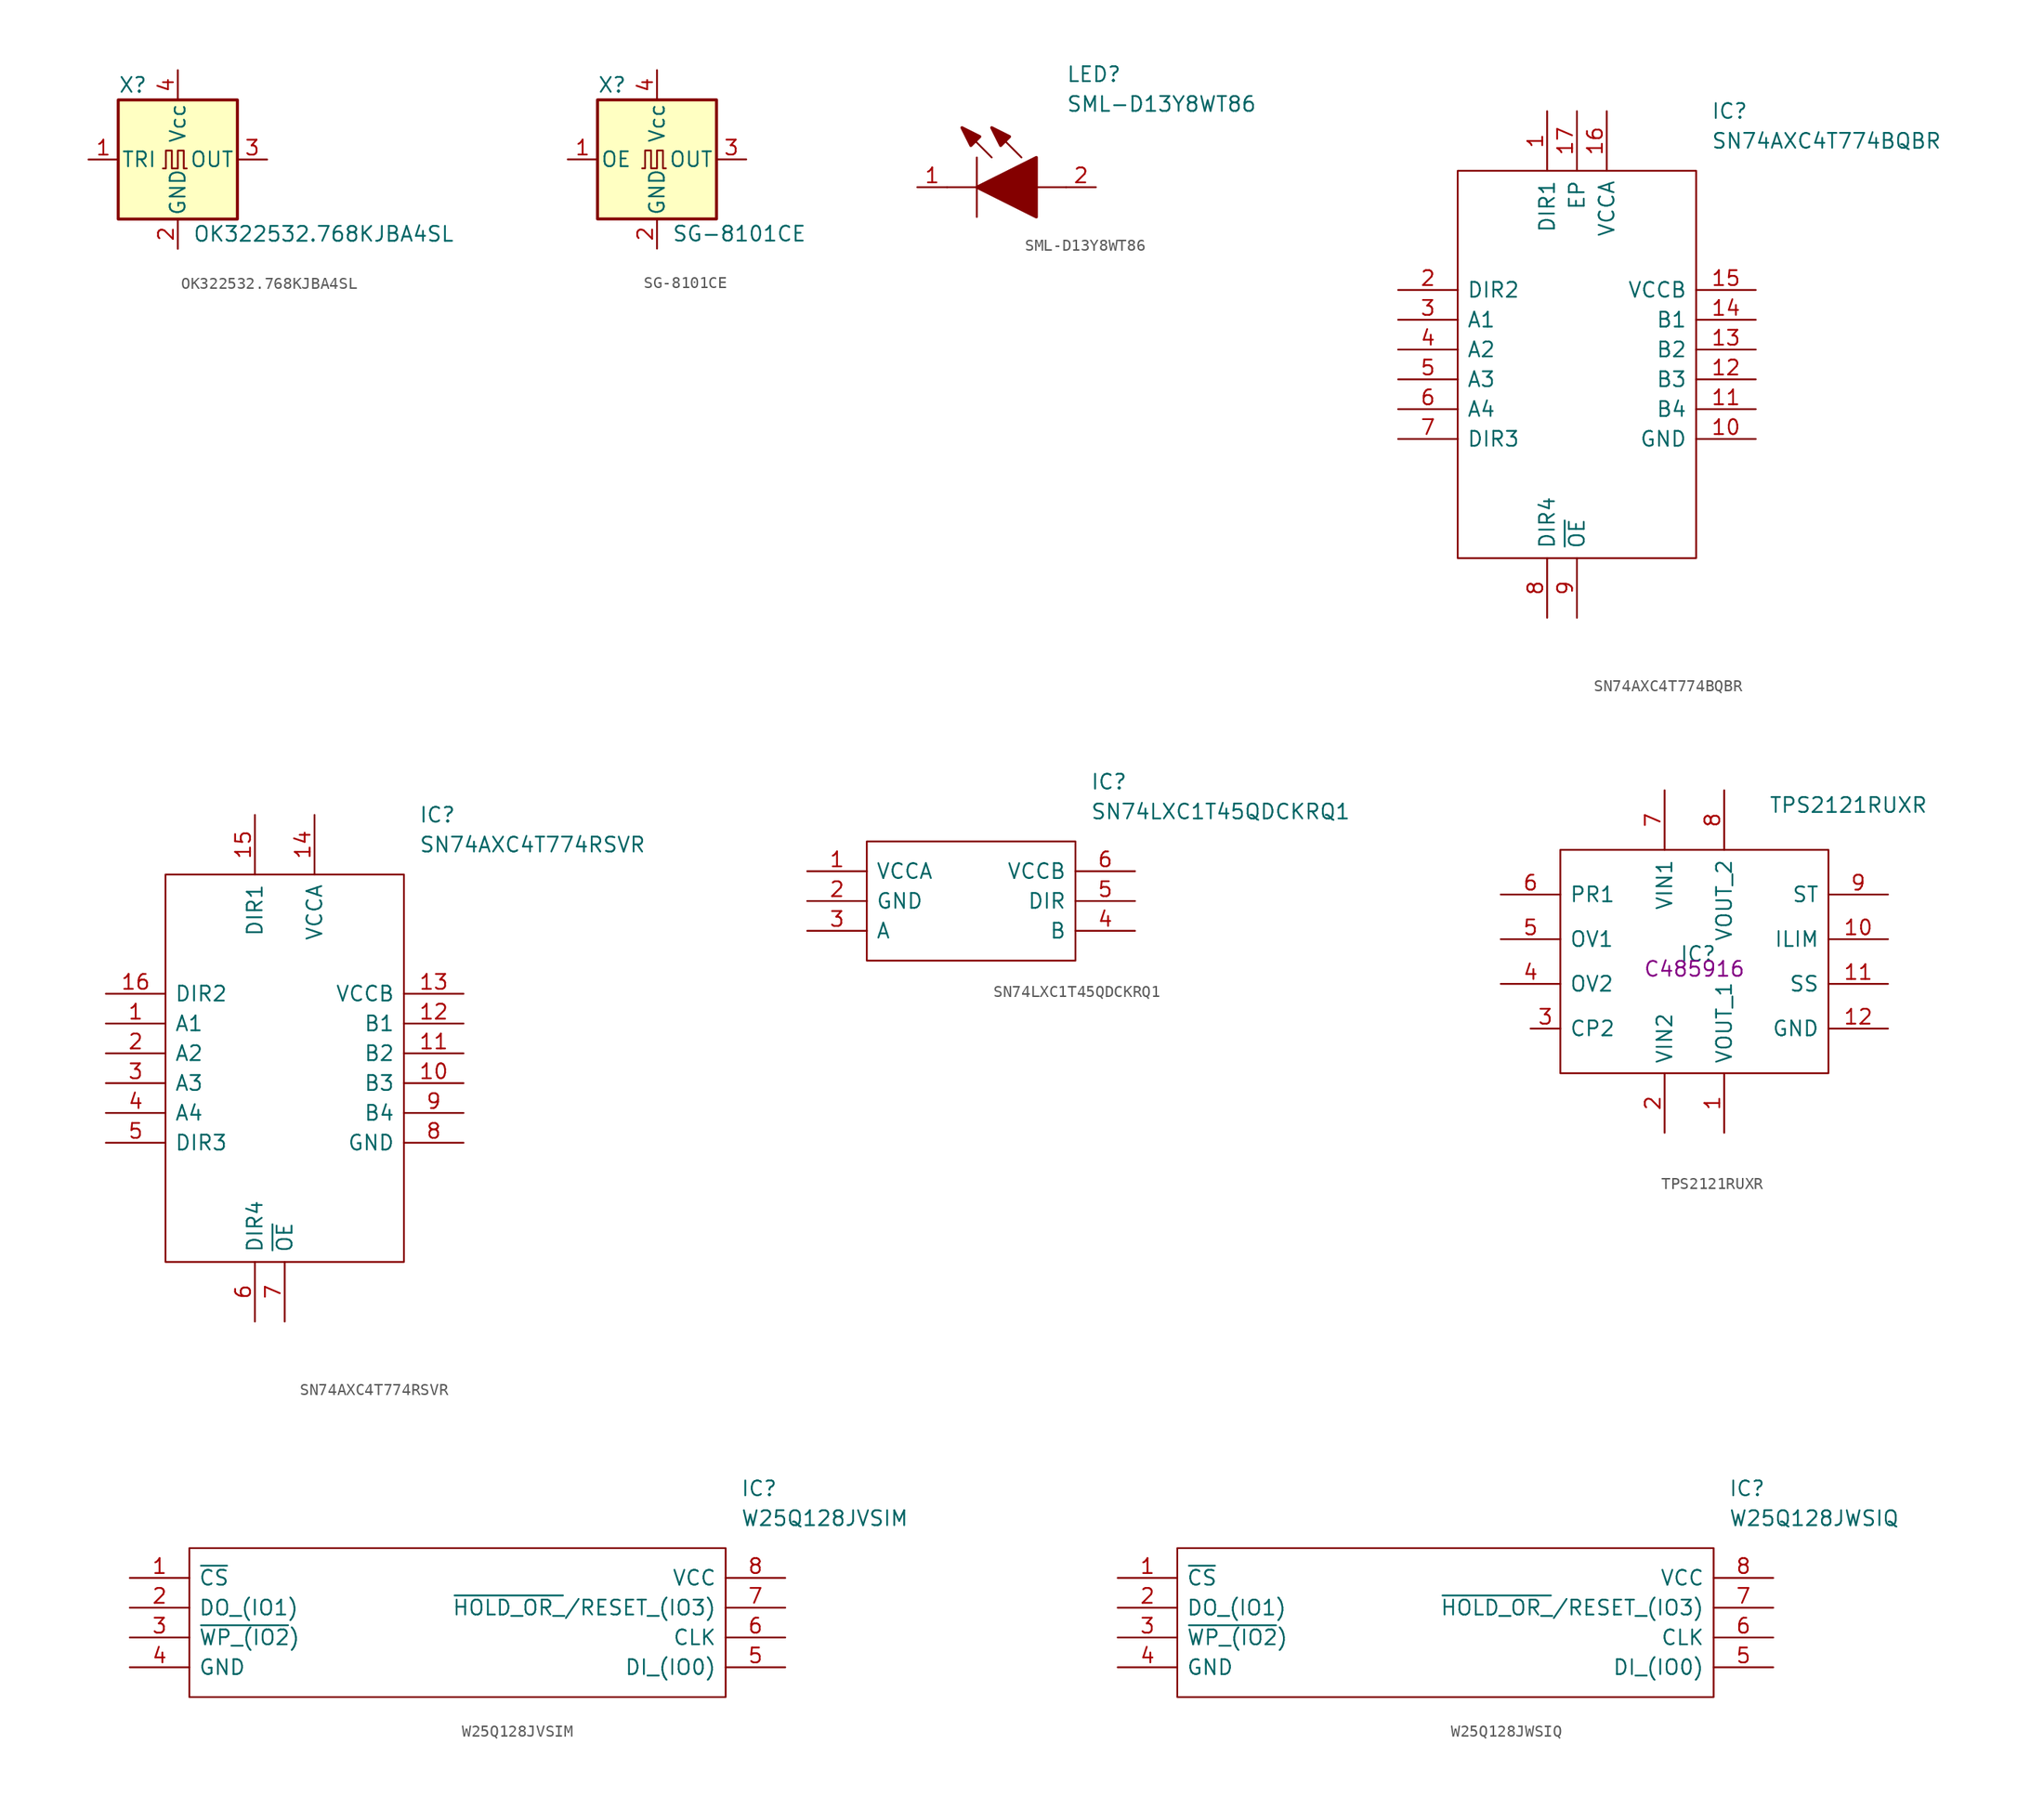
<source format=kicad_sym>
(kicad_symbol_lib
  (version 20220914)
  (generator kicad_symbol_editor)
  (symbol "OK322532.768KJBA4SL"
    (pin_names
      (offset 0.254))
    (property "Reference" "X"
      (at -5.08 6.35 0)
      (effects (font (size 1.27 1.27)) (justify left)))
    (property "Value" "OK322532.768KJBA4SL"
      (at 1.27 -6.35 0)
      (effects (font (size 1.27 1.27)) (justify left)))
    (symbol "OK322532.768KJBA4SL_0_1"
      (rectangle (start -5.08 5.08) (end 5.08 -5.08) (stroke (width 0.254) (type default)) (fill (type background)))
      (polyline (pts (xy -1.27 -0.762) (xy -1.016 -0.762) (xy -1.016 0.762) (xy -0.508 0.762) (xy -0.508 -0.762) (xy 0 -0.762) (xy 0 0.762) (xy 0.508 0.762) (xy 0.508 -0.762) (xy 0.762 -0.762)) (stroke (width 0) (type default)) (fill (type none))))
    (symbol "OK322532.768KJBA4SL_1_1"
      (pin input line (at -7.62 0 0) (length 2.54) (name "TRI" (effects (font (size 1.27 1.27)))) (number "1" (effects (font (size 1.27 1.27)))))
      (pin power_in line (at 0 -7.62 90) (length 2.54) (name "GND" (effects (font (size 1.27 1.27)))) (number "2" (effects (font (size 1.27 1.27)))))
      (pin output line (at 7.62 0 180) (length 2.54) (name "OUT" (effects (font (size 1.27 1.27)))) (number "3" (effects (font (size 1.27 1.27)))))
      (pin power_in line (at 0 7.62 270) (length 2.54) (name "Vcc" (effects (font (size 1.27 1.27)))) (number "4" (effects (font (size 1.27 1.27)))))))
  (symbol "SG-8101CE"
    (pin_names
      (offset 0.254))
    (property "Reference" "X"
      (at -5.08 6.35 0)
      (effects (font (size 1.27 1.27)) (justify left)))
    (property "Value" "SG-8101CE"
      (at 1.27 -6.35 0)
      (effects (font (size 1.27 1.27)) (justify left)))
    (symbol "SG-8101CE_0_1"
      (rectangle (start -5.08 5.08) (end 5.08 -5.08) (stroke (width 0.254) (type default)) (fill (type background)))
      (polyline (pts (xy -1.27 -0.762) (xy -1.016 -0.762) (xy -1.016 0.762) (xy -0.508 0.762) (xy -0.508 -0.762) (xy 0 -0.762) (xy 0 0.762) (xy 0.508 0.762) (xy 0.508 -0.762) (xy 0.762 -0.762)) (stroke (width 0) (type default)) (fill (type none))))
    (symbol "SG-8101CE_1_1"
      (pin input line (at -7.62 0 0) (length 2.54) (name "OE" (effects (font (size 1.27 1.27)))) (number "1" (effects (font (size 1.27 1.27)))))
      (pin power_in line (at 0 -7.62 90) (length 2.54) (name "GND" (effects (font (size 1.27 1.27)))) (number "2" (effects (font (size 1.27 1.27)))))
      (pin output line (at 7.62 0 180) (length 2.54) (name "OUT" (effects (font (size 1.27 1.27)))) (number "3" (effects (font (size 1.27 1.27)))))
      (pin power_in line (at 0 7.62 270) (length 2.54) (name "Vcc" (effects (font (size 1.27 1.27)))) (number "4" (effects (font (size 1.27 1.27)))))))
  (symbol "SML-D13Y8WT86"
    (pin_names
      (offset 0.762))
    (property "Reference" "LED"
      (at 12.7 8.89 0)
      (effects (font (size 1.27 1.27)) (justify left bottom)))
    (property "Value" "SML-D13Y8WT86"
      (at 12.7 6.35 0)
      (effects (font (size 1.27 1.27)) (justify left bottom)))
    (symbol "SML-D13Y8WT86_0_0"
      (pin passive line (at 0 0 0) (length 2.54) (name "~" (effects (font (size 1.27 1.27)))) (number "1" (effects (font (size 1.27 1.27)))))
      (pin passive line (at 15.24 0 180) (length 2.54) (name "~" (effects (font (size 1.27 1.27)))) (number "2" (effects (font (size 1.27 1.27))))))
    (symbol "SML-D13Y8WT86_0_1"
      (polyline (pts (xy 2.54 0) (xy 5.08 0)) (stroke (width 0.152) (type solid)) (fill (type none)))
      (polyline (pts (xy 5.08 2.54) (xy 5.08 -2.54)) (stroke (width 0.152) (type solid)) (fill (type none)))
      (polyline (pts (xy 6.35 2.54) (xy 3.81 5.08)) (stroke (width 0.152) (type solid)) (fill (type none)))
      (polyline (pts (xy 8.89 2.54) (xy 6.35 5.08)) (stroke (width 0.152) (type solid)) (fill (type none)))
      (polyline (pts (xy 10.16 0) (xy 12.7 0)) (stroke (width 0.152) (type solid)) (fill (type none)))
      (polyline (pts (xy 5.08 0) (xy 10.16 2.54) (xy 10.16 -2.54) (xy 5.08 0)) (stroke (width 0.254) (type solid)) (fill (type outline)))
      (polyline (pts (xy 5.334 4.318) (xy 4.572 3.556) (xy 3.81 5.08) (xy 5.334 4.318)) (stroke (width 0.254) (type solid)) (fill (type outline)))
      (polyline (pts (xy 7.874 4.318) (xy 7.112 3.556) (xy 6.35 5.08) (xy 7.874 4.318)) (stroke (width 0.254) (type solid)) (fill (type outline)))))
  (symbol "SN74AXC4T774BQBR"
    (pin_names
      (offset 0.762))
    (property "Reference" "IC"
      (at 26.67 15.24 0)
      (effects (font (size 1.27 1.27)) (justify left)))
    (property "Value" "SN74AXC4T774BQBR"
      (at 26.67 12.7 0)
      (effects (font (size 1.27 1.27)) (justify left)))
    (symbol "SN74AXC4T774BQBR_0_0"
      (pin passive line (at 12.7 15.24 270) (length 5.08) (name "DIR1" (effects (font (size 1.27 1.27)))) (number "1" (effects (font (size 1.27 1.27)))))
      (pin passive line (at 30.48 -12.7 180) (length 5.08) (name "GND" (effects (font (size 1.27 1.27)))) (number "10" (effects (font (size 1.27 1.27)))))
      (pin passive line (at 30.48 -10.16 180) (length 5.08) (name "B4" (effects (font (size 1.27 1.27)))) (number "11" (effects (font (size 1.27 1.27)))))
      (pin passive line (at 30.48 -7.62 180) (length 5.08) (name "B3" (effects (font (size 1.27 1.27)))) (number "12" (effects (font (size 1.27 1.27)))))
      (pin passive line (at 30.48 -5.08 180) (length 5.08) (name "B2" (effects (font (size 1.27 1.27)))) (number "13" (effects (font (size 1.27 1.27)))))
      (pin passive line (at 30.48 -2.54 180) (length 5.08) (name "B1" (effects (font (size 1.27 1.27)))) (number "14" (effects (font (size 1.27 1.27)))))
      (pin passive line (at 30.48 0 180) (length 5.08) (name "VCCB" (effects (font (size 1.27 1.27)))) (number "15" (effects (font (size 1.27 1.27)))))
      (pin passive line (at 17.78 15.24 270) (length 5.08) (name "VCCA" (effects (font (size 1.27 1.27)))) (number "16" (effects (font (size 1.27 1.27)))))
      (pin passive line (at 15.24 15.24 270) (length 5.08) (name "EP" (effects (font (size 1.27 1.27)))) (number "17" (effects (font (size 1.27 1.27)))))
      (pin passive line (at 0 0 0) (length 5.08) (name "DIR2" (effects (font (size 1.27 1.27)))) (number "2" (effects (font (size 1.27 1.27)))))
      (pin passive line (at 0 -2.54 0) (length 5.08) (name "A1" (effects (font (size 1.27 1.27)))) (number "3" (effects (font (size 1.27 1.27)))))
      (pin passive line (at 0 -5.08 0) (length 5.08) (name "A2" (effects (font (size 1.27 1.27)))) (number "4" (effects (font (size 1.27 1.27)))))
      (pin passive line (at 0 -7.62 0) (length 5.08) (name "A3" (effects (font (size 1.27 1.27)))) (number "5" (effects (font (size 1.27 1.27)))))
      (pin passive line (at 0 -10.16 0) (length 5.08) (name "A4" (effects (font (size 1.27 1.27)))) (number "6" (effects (font (size 1.27 1.27)))))
      (pin passive line (at 0 -12.7 0) (length 5.08) (name "DIR3" (effects (font (size 1.27 1.27)))) (number "7" (effects (font (size 1.27 1.27)))))
      (pin passive line (at 12.7 -27.94 90) (length 5.08) (name "DIR4" (effects (font (size 1.27 1.27)))) (number "8" (effects (font (size 1.27 1.27)))))
      (pin passive line (at 15.24 -27.94 90) (length 5.08) (name "~{OE}" (effects (font (size 1.27 1.27)))) (number "9" (effects (font (size 1.27 1.27))))))
    (symbol "SN74AXC4T774BQBR_0_1"
      (polyline (pts (xy 5.08 10.16) (xy 25.4 10.16) (xy 25.4 -22.86) (xy 5.08 -22.86) (xy 5.08 10.16)) (stroke (width 0.152) (type solid)) (fill (type none)))))
  (symbol "SN74AXC4T774RSVR"
    (pin_names
      (offset 0.762))
    (property "Reference" "IC"
      (at 26.67 15.24 0)
      (effects (font (size 1.27 1.27)) (justify left)))
    (property "Value" "SN74AXC4T774RSVR"
      (at 26.67 12.7 0)
      (effects (font (size 1.27 1.27)) (justify left)))
    (symbol "SN74AXC4T774RSVR_0_0"
      (pin passive line (at 0 -2.54 0) (length 5.08) (name "A1" (effects (font (size 1.27 1.27)))) (number "1" (effects (font (size 1.27 1.27)))))
      (pin passive line (at 30.48 -7.62 180) (length 5.08) (name "B3" (effects (font (size 1.27 1.27)))) (number "10" (effects (font (size 1.27 1.27)))))
      (pin passive line (at 30.48 -5.08 180) (length 5.08) (name "B2" (effects (font (size 1.27 1.27)))) (number "11" (effects (font (size 1.27 1.27)))))
      (pin passive line (at 30.48 -2.54 180) (length 5.08) (name "B1" (effects (font (size 1.27 1.27)))) (number "12" (effects (font (size 1.27 1.27)))))
      (pin passive line (at 30.48 0 180) (length 5.08) (name "VCCB" (effects (font (size 1.27 1.27)))) (number "13" (effects (font (size 1.27 1.27)))))
      (pin passive line (at 17.78 15.24 270) (length 5.08) (name "VCCA" (effects (font (size 1.27 1.27)))) (number "14" (effects (font (size 1.27 1.27)))))
      (pin passive line (at 12.7 15.24 270) (length 5.08) (name "DIR1" (effects (font (size 1.27 1.27)))) (number "15" (effects (font (size 1.27 1.27)))))
      (pin passive line (at 0 0 0) (length 5.08) (name "DIR2" (effects (font (size 1.27 1.27)))) (number "16" (effects (font (size 1.27 1.27)))))
      (pin passive line (at 0 -5.08 0) (length 5.08) (name "A2" (effects (font (size 1.27 1.27)))) (number "2" (effects (font (size 1.27 1.27)))))
      (pin passive line (at 0 -7.62 0) (length 5.08) (name "A3" (effects (font (size 1.27 1.27)))) (number "3" (effects (font (size 1.27 1.27)))))
      (pin passive line (at 0 -10.16 0) (length 5.08) (name "A4" (effects (font (size 1.27 1.27)))) (number "4" (effects (font (size 1.27 1.27)))))
      (pin passive line (at 0 -12.7 0) (length 5.08) (name "DIR3" (effects (font (size 1.27 1.27)))) (number "5" (effects (font (size 1.27 1.27)))))
      (pin passive line (at 12.7 -27.94 90) (length 5.08) (name "DIR4" (effects (font (size 1.27 1.27)))) (number "6" (effects (font (size 1.27 1.27)))))
      (pin passive line (at 15.24 -27.94 90) (length 5.08) (name "~{OE}" (effects (font (size 1.27 1.27)))) (number "7" (effects (font (size 1.27 1.27)))))
      (pin passive line (at 30.48 -12.7 180) (length 5.08) (name "GND" (effects (font (size 1.27 1.27)))) (number "8" (effects (font (size 1.27 1.27)))))
      (pin passive line (at 30.48 -10.16 180) (length 5.08) (name "B4" (effects (font (size 1.27 1.27)))) (number "9" (effects (font (size 1.27 1.27))))))
    (symbol "SN74AXC4T774RSVR_0_1"
      (polyline (pts (xy 5.08 10.16) (xy 25.4 10.16) (xy 25.4 -22.86) (xy 5.08 -22.86) (xy 5.08 10.16)) (stroke (width 0.152) (type solid)) (fill (type none)))))
  (symbol "SN74LXC1T45QDCKRQ1"
    (pin_names
      (offset 0.762))
    (property "Reference" "IC"
      (at 24.13 7.62 0)
      (effects (font (size 1.27 1.27)) (justify left)))
    (property "Value" "SN74LXC1T45QDCKRQ1"
      (at 24.13 5.08 0)
      (effects (font (size 1.27 1.27)) (justify left)))
    (symbol "SN74LXC1T45QDCKRQ1_0_0"
      (pin passive line (at 0 0 0) (length 5.08) (name "VCCA" (effects (font (size 1.27 1.27)))) (number "1" (effects (font (size 1.27 1.27)))))
      (pin passive line (at 0 -2.54 0) (length 5.08) (name "GND" (effects (font (size 1.27 1.27)))) (number "2" (effects (font (size 1.27 1.27)))))
      (pin passive line (at 0 -5.08 0) (length 5.08) (name "A" (effects (font (size 1.27 1.27)))) (number "3" (effects (font (size 1.27 1.27)))))
      (pin passive line (at 27.94 -5.08 180) (length 5.08) (name "B" (effects (font (size 1.27 1.27)))) (number "4" (effects (font (size 1.27 1.27)))))
      (pin passive line (at 27.94 -2.54 180) (length 5.08) (name "DIR" (effects (font (size 1.27 1.27)))) (number "5" (effects (font (size 1.27 1.27)))))
      (pin passive line (at 27.94 0 180) (length 5.08) (name "VCCB" (effects (font (size 1.27 1.27)))) (number "6" (effects (font (size 1.27 1.27))))))
    (symbol "SN74LXC1T45QDCKRQ1_0_1"
      (polyline (pts (xy 5.08 2.54) (xy 22.86 2.54) (xy 22.86 -7.62) (xy 5.08 -7.62) (xy 5.08 2.54)) (stroke (width 0.152) (type solid)) (fill (type none)))))
  (symbol "TPS2121RUXR"
    (pin_names
      (offset 0.762))
    (property "Reference" "IC"
      (at -1.27 1.27 0)
      (effects (font (size 1.27 1.27)) (justify left)))
    (property "Value" "TPS2121RUXR"
      (at 6.35 13.97 0)
      (effects (font (size 1.27 1.27)) (justify left)))
    (property "LCSC" "C485916"
      (at 0 0 0)
      (effects (font (size 1.27 1.27))))
    (symbol "TPS2121RUXR_0_0"
      (pin passive line (at 2.54 -13.97 90) (length 5.08) (name "VOUT_1" (effects (font (size 1.27 1.27)))) (number "1" (effects (font (size 1.27 1.27)))))
      (pin passive line (at 16.51 -5.08 180) (length 5.08) (name "GND" (effects (font (size 1.27 1.27)))) (number "12" (effects (font (size 1.27 1.27)))))
      (pin passive line (at -2.54 -13.97 90) (length 5.08) (name "VIN2" (effects (font (size 1.27 1.27)))) (number "2" (effects (font (size 1.27 1.27)))))
      (pin passive line (at -13.97 -5.08 0) (length 2.54) (name "CP2" (effects (font (size 1.27 1.27)))) (number "3" (effects (font (size 1.27 1.27)))))
      (pin passive line (at -16.51 -1.27 0) (length 5.08) (name "OV2" (effects (font (size 1.27 1.27)))) (number "4" (effects (font (size 1.27 1.27)))))
      (pin passive line (at -16.51 2.54 0) (length 5.08) (name "OV1" (effects (font (size 1.27 1.27)))) (number "5" (effects (font (size 1.27 1.27)))))
      (pin passive line (at -2.54 15.24 270) (length 5.08) (name "VIN1" (effects (font (size 1.27 1.27)))) (number "7" (effects (font (size 1.27 1.27)))))
      (pin passive line (at 2.54 15.24 270) (length 5.08) (name "VOUT_2" (effects (font (size 1.27 1.27)))) (number "8" (effects (font (size 1.27 1.27))))))
    (symbol "TPS2121RUXR_0_1"
      (polyline (pts (xy -11.43 10.16) (xy 11.43 10.16) (xy 11.43 -8.89) (xy -11.43 -8.89) (xy -11.43 10.16)) (stroke (width 0.152) (type solid)) (fill (type none))))
    (symbol "TPS2121RUXR_1_0"
      (pin passive line (at 16.51 2.54 180) (length 5.08) (name "ILIM" (effects (font (size 1.27 1.27)))) (number "10" (effects (font (size 1.27 1.27)))))
      (pin passive line (at 16.51 -1.27 180) (length 5.08) (name "SS" (effects (font (size 1.27 1.27)))) (number "11" (effects (font (size 1.27 1.27)))))
      (pin passive line (at -16.51 6.35 0) (length 5.08) (name "PR1" (effects (font (size 1.27 1.27)))) (number "6" (effects (font (size 1.27 1.27)))))
      (pin passive line (at 16.51 6.35 180) (length 5.08) (name "ST" (effects (font (size 1.27 1.27)))) (number "9" (effects (font (size 1.27 1.27)))))))
  (symbol "W25Q128JVSIM"
    (pin_names
      (offset 0.762))
    (property "Reference" "IC"
      (at 52.07 7.62 0)
      (effects (font (size 1.27 1.27)) (justify left)))
    (property "Value" "W25Q128JVSIM"
      (at 52.07 5.08 0)
      (effects (font (size 1.27 1.27)) (justify left)))
    (symbol "W25Q128JVSIM_0_0"
      (pin passive line (at 0 0 0) (length 5.08) (name "~{CS}" (effects (font (size 1.27 1.27)))) (number "1" (effects (font (size 1.27 1.27)))))
      (pin passive line (at 0 -2.54 0) (length 5.08) (name "DO_(IO1)" (effects (font (size 1.27 1.27)))) (number "2" (effects (font (size 1.27 1.27)))))
      (pin passive line (at 0 -5.08 0) (length 5.08) (name "~{WP_(IO2})" (effects (font (size 1.27 1.27)))) (number "3" (effects (font (size 1.27 1.27)))))
      (pin passive line (at 0 -7.62 0) (length 5.08) (name "GND" (effects (font (size 1.27 1.27)))) (number "4" (effects (font (size 1.27 1.27)))))
      (pin passive line (at 55.88 -7.62 180) (length 5.08) (name "DI_(IO0)" (effects (font (size 1.27 1.27)))) (number "5" (effects (font (size 1.27 1.27)))))
      (pin passive line (at 55.88 -5.08 180) (length 5.08) (name "CLK" (effects (font (size 1.27 1.27)))) (number "6" (effects (font (size 1.27 1.27)))))
      (pin passive line (at 55.88 -2.54 180) (length 5.08) (name "~{HOLD_OR_}/RESET_(IO3)" (effects (font (size 1.27 1.27)))) (number "7" (effects (font (size 1.27 1.27)))))
      (pin passive line (at 55.88 0 180) (length 5.08) (name "VCC" (effects (font (size 1.27 1.27)))) (number "8" (effects (font (size 1.27 1.27))))))
    (symbol "W25Q128JVSIM_0_1"
      (polyline (pts (xy 5.08 2.54) (xy 50.8 2.54) (xy 50.8 -10.16) (xy 5.08 -10.16) (xy 5.08 2.54)) (stroke (width 0.152) (type solid)) (fill (type none)))))
  (symbol "W25Q128JWSIQ"
    (pin_names
      (offset 0.762))
    (property "Reference" "IC"
      (at 52.07 7.62 0)
      (effects (font (size 1.27 1.27)) (justify left)))
    (property "Value" "W25Q128JWSIQ"
      (at 52.07 5.08 0)
      (effects (font (size 1.27 1.27)) (justify left)))
    (symbol "W25Q128JWSIQ_0_0"
      (pin passive line (at 0 0 0) (length 5.08) (name "~{CS}" (effects (font (size 1.27 1.27)))) (number "1" (effects (font (size 1.27 1.27)))))
      (pin passive line (at 0 -2.54 0) (length 5.08) (name "DO_(IO1)" (effects (font (size 1.27 1.27)))) (number "2" (effects (font (size 1.27 1.27)))))
      (pin passive line (at 0 -5.08 0) (length 5.08) (name "~{WP_(IO2})" (effects (font (size 1.27 1.27)))) (number "3" (effects (font (size 1.27 1.27)))))
      (pin passive line (at 0 -7.62 0) (length 5.08) (name "GND" (effects (font (size 1.27 1.27)))) (number "4" (effects (font (size 1.27 1.27)))))
      (pin passive line (at 55.88 -7.62 180) (length 5.08) (name "DI_(IO0)" (effects (font (size 1.27 1.27)))) (number "5" (effects (font (size 1.27 1.27)))))
      (pin passive line (at 55.88 -5.08 180) (length 5.08) (name "CLK" (effects (font (size 1.27 1.27)))) (number "6" (effects (font (size 1.27 1.27)))))
      (pin passive line (at 55.88 -2.54 180) (length 5.08) (name "~{HOLD_OR_}/RESET_(IO3)" (effects (font (size 1.27 1.27)))) (number "7" (effects (font (size 1.27 1.27)))))
      (pin passive line (at 55.88 0 180) (length 5.08) (name "VCC" (effects (font (size 1.27 1.27)))) (number "8" (effects (font (size 1.27 1.27))))))
    (symbol "W25Q128JWSIQ_0_1"
      (polyline (pts (xy 5.08 2.54) (xy 50.8 2.54) (xy 50.8 -10.16) (xy 5.08 -10.16) (xy 5.08 2.54)) (stroke (width 0.152) (type solid)) (fill (type none))))))
</source>
